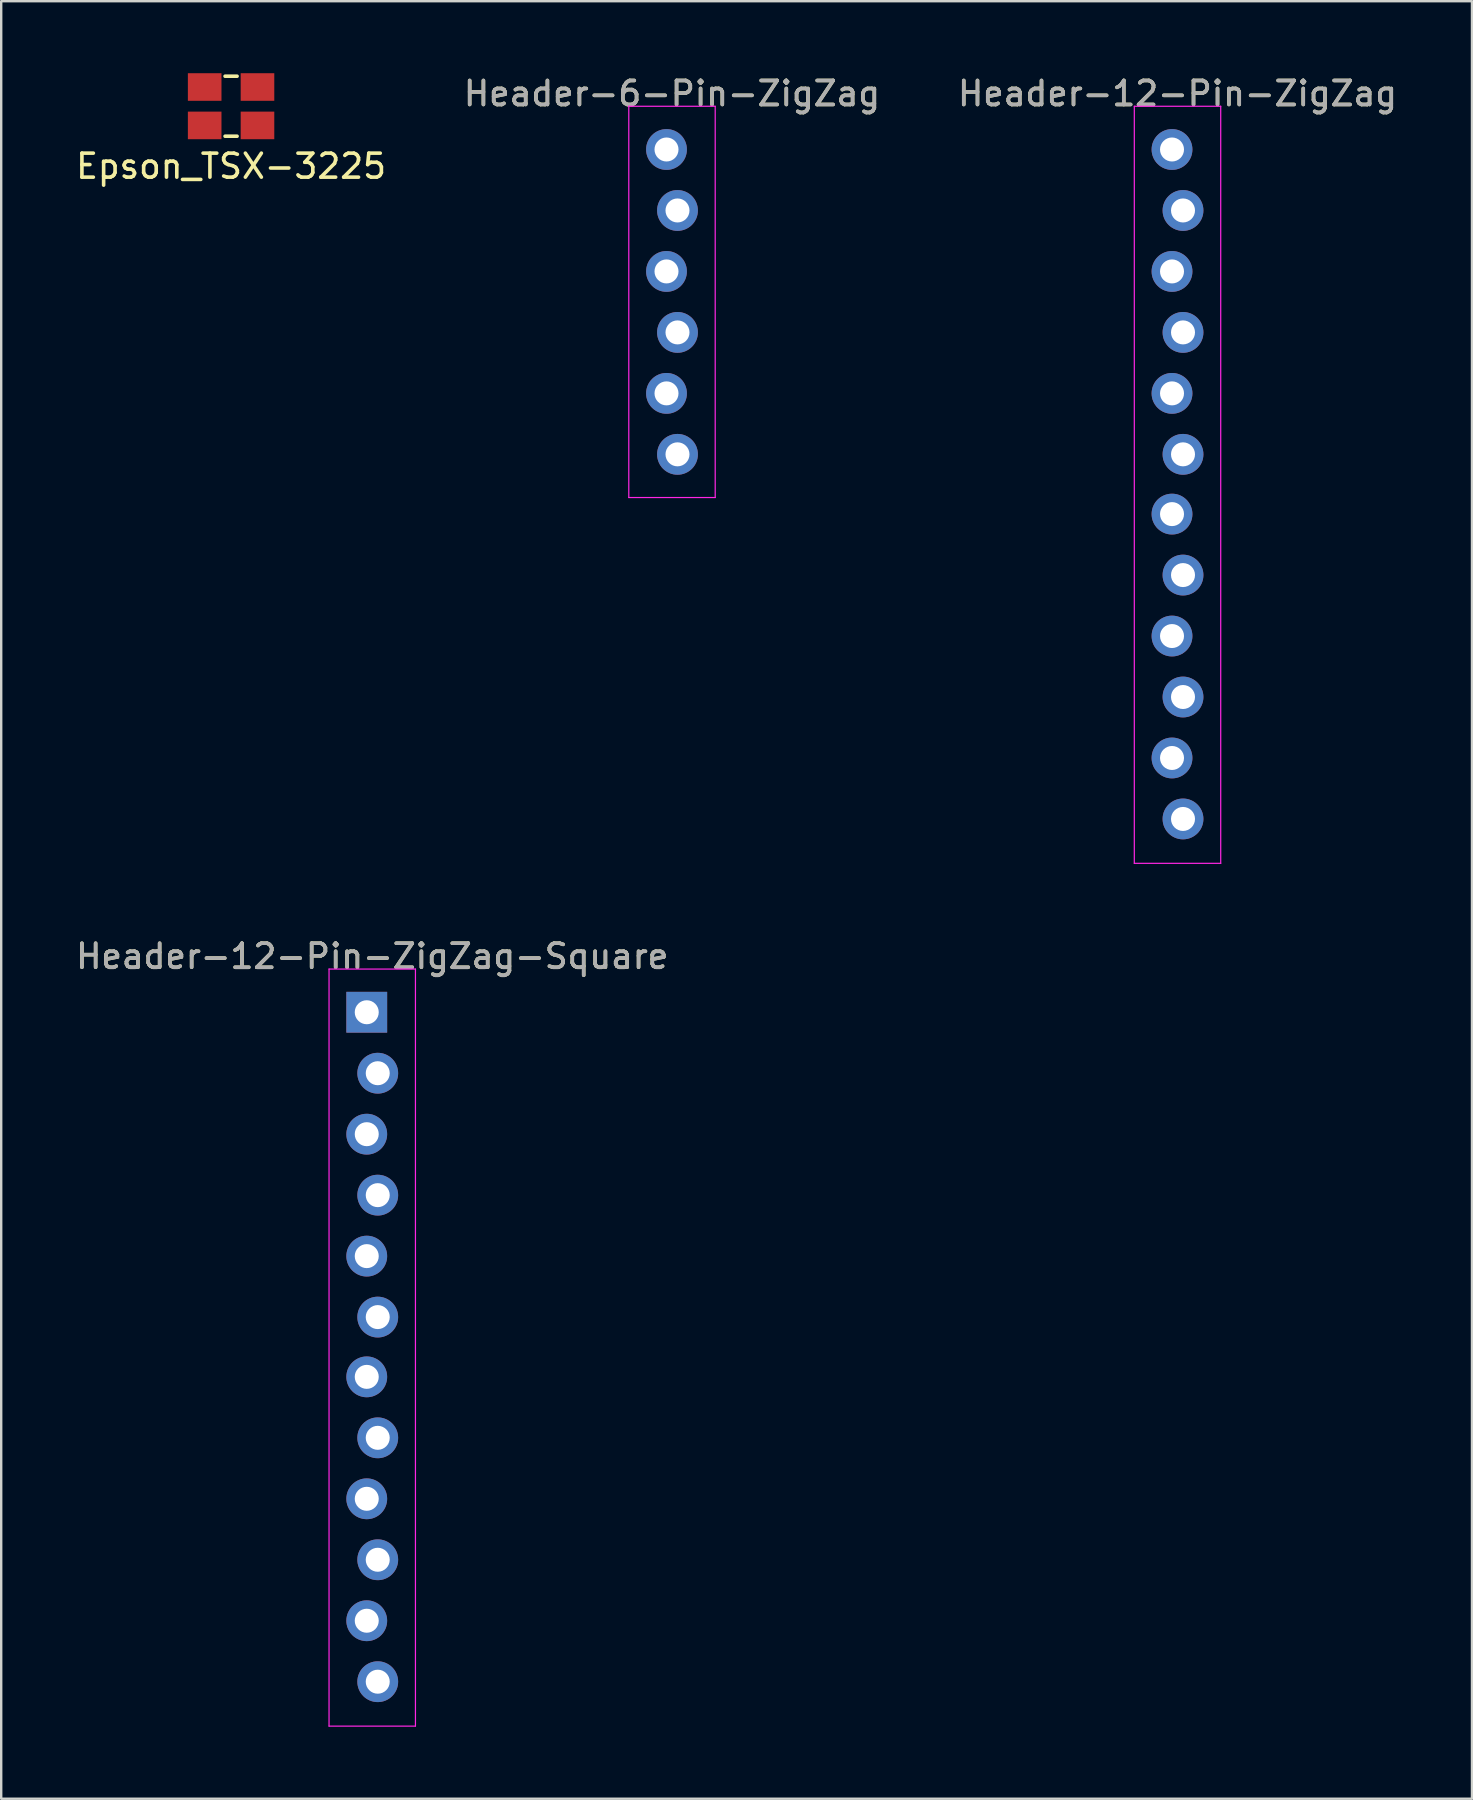
<source format=kicad_pcb>
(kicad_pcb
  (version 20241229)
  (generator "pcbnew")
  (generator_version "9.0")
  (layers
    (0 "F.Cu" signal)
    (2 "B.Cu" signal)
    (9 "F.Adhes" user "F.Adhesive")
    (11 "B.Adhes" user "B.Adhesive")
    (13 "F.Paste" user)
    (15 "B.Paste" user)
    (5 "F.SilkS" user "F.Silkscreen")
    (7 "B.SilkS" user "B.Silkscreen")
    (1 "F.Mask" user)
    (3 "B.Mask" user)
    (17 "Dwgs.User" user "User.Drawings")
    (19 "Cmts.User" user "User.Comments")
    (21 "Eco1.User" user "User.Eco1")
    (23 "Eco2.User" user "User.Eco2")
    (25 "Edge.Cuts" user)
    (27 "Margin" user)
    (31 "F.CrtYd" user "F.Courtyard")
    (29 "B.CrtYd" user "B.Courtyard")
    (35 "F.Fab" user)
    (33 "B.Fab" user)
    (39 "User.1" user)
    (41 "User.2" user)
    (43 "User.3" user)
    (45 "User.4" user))
  (footprint "Header-12-Pin-ZigZag-Square"
    (layer "F.Cu")
    (at 12.458 39.121)
    (property "Reference" "Header-12-Pin-ZigZag-Square" (at 0 -2.33 0) (layer "F.SilkS") (effects (font (size 1 1) (thickness 0.15))))
    (attr through_hole)
    (fp_line (start -1.8 -1.8) (end -1.8 29.74) (stroke (width 0.05) (type solid)) (layer "F.CrtYd"))
    (fp_line (start 1.8 -1.8) (end -1.8 -1.8) (stroke (width 0.05) (type solid)) (layer "F.CrtYd"))
    (fp_line (start 1.8 -1.8) (end 1.8 29.74) (stroke (width 0.05) (type solid)) (layer "F.CrtYd"))
    (fp_line (start 1.8 29.74) (end -1.8 29.74) (stroke (width 0.05) (type solid)) (layer "F.CrtYd"))
    (fp_text user "${REFERENCE}" (at 0 -2.33 0) (layer "F.Fab") (effects (font (size 1 1) (thickness 0.15))))
    (pad "1" thru_hole rect (at -0.229 0) (size 1.7 1.7) (drill 1) (layers "*.Cu" "*.Mask"))
    (pad "2" thru_hole oval (at 0.229 2.54) (size 1.7 1.7) (drill 1) (layers "*.Cu" "*.Mask"))
    (pad "3" thru_hole oval (at -0.229 5.08) (size 1.7 1.7) (drill 1) (layers "*.Cu" "*.Mask"))
    (pad "4" thru_hole oval (at 0.229 7.62) (size 1.7 1.7) (drill 1) (layers "*.Cu" "*.Mask"))
    (pad "5" thru_hole oval (at -0.229 10.16) (size 1.7 1.7) (drill 1) (layers "*.Cu" "*.Mask"))
    (pad "6" thru_hole oval (at 0.229 12.7) (size 1.7 1.7) (drill 1) (layers "*.Cu" "*.Mask"))
    (pad "7" thru_hole circle (at -0.229 15.19) (size 1.7 1.7) (drill 1) (layers "*.Cu" "*.Mask"))
    (pad "8" thru_hole oval (at 0.229 17.73) (size 1.7 1.7) (drill 1) (layers "*.Cu" "*.Mask"))
    (pad "9" thru_hole oval (at -0.229 20.27) (size 1.7 1.7) (drill 1) (layers "*.Cu" "*.Mask"))
    (pad "10" thru_hole oval (at 0.229 22.81) (size 1.7 1.7) (drill 1) (layers "*.Cu" "*.Mask"))
    (pad "11" thru_hole oval (at -0.229 25.35) (size 1.7 1.7) (drill 1) (layers "*.Cu" "*.Mask"))
    (pad "12" thru_hole oval (at 0.229 27.89) (size 1.7 1.7) (drill 1) (layers "*.Cu" "*.Mask")))
  (footprint "Epson_TSX-3225"
    (layer "F.Cu")
    (at 6.577 1.375)
    (property "Reference" "Epson_TSX-3225" (at 0 2.5 0) (layer "F.SilkS") (effects (font (size 1 1) (thickness 0.15))))
    (attr through_hole)
    (fp_line (start -0.25 -1.25) (end 0.25 -1.25) (stroke (width 0.15) (type solid)) (layer "F.SilkS"))
    (fp_line (start -0.25 1.25) (end 0.25 1.25) (stroke (width 0.15) (type solid)) (layer "F.SilkS"))
    (pad "1" smd rect (at -1.1 -0.8) (size 1.4 1.15) (layers "F.Cu" "F.Mask" "F.Paste"))
    (pad "2" smd rect (at 1.1 -0.8) (size 1.4 1.15) (layers "F.Cu" "F.Mask" "F.Paste"))
    (pad "3" smd rect (at 1.1 0.8) (size 1.4 1.15) (layers "F.Cu" "F.Mask" "F.Paste"))
    (pad "4" smd rect (at -1.1 0.8) (size 1.4 1.15) (layers "F.Cu" "F.Mask" "F.Paste")))
  (footprint "Header-6-Pin-ZigZag"
    (layer "F.Cu")
    (at 24.946 3.178)
    (property "Reference" "Header-6-Pin-ZigZag" (at 0 -2.33 0) (layer "F.SilkS") (effects (font (size 1 1) (thickness 0.15))))
    (attr through_hole)
    (fp_line (start -1.8 -1.8) (end -1.8 14.5) (stroke (width 0.05) (type solid)) (layer "F.CrtYd"))
    (fp_line (start 1.8 -1.8) (end -1.8 -1.8) (stroke (width 0.05) (type solid)) (layer "F.CrtYd"))
    (fp_line (start 1.8 -1.8) (end 1.8 14.5) (stroke (width 0.05) (type solid)) (layer "F.CrtYd"))
    (fp_line (start 1.8 14.5) (end -1.8 14.5) (stroke (width 0.05) (type solid)) (layer "F.CrtYd"))
    (fp_text user "${REFERENCE}" (at 0 -2.33 0) (layer "F.Fab") (effects (font (size 1 1) (thickness 0.15))))
    (pad "1" thru_hole circle (at -0.229 0) (size 1.7 1.7) (drill 1) (layers "*.Cu" "*.Mask"))
    (pad "2" thru_hole oval (at 0.229 2.54) (size 1.7 1.7) (drill 1) (layers "*.Cu" "*.Mask"))
    (pad "3" thru_hole oval (at -0.229 5.08) (size 1.7 1.7) (drill 1) (layers "*.Cu" "*.Mask"))
    (pad "4" thru_hole oval (at 0.229 7.62) (size 1.7 1.7) (drill 1) (layers "*.Cu" "*.Mask"))
    (pad "5" thru_hole oval (at -0.229 10.16) (size 1.7 1.7) (drill 1) (layers "*.Cu" "*.Mask"))
    (pad "6" thru_hole oval (at 0.229 12.7) (size 1.7 1.7) (drill 1) (layers "*.Cu" "*.Mask")))
  (footprint "Header-12-Pin-ZigZag"
    (layer "F.Cu")
    (at 46.006 3.178)
    (property "Reference" "Header-12-Pin-ZigZag" (at 0 -2.33 0) (layer "F.SilkS") (effects (font (size 1 1) (thickness 0.15))))
    (attr through_hole)
    (fp_line (start -1.8 -1.8) (end -1.8 29.74) (stroke (width 0.05) (type solid)) (layer "F.CrtYd"))
    (fp_line (start 1.8 -1.8) (end -1.8 -1.8) (stroke (width 0.05) (type solid)) (layer "F.CrtYd"))
    (fp_line (start 1.8 -1.8) (end 1.8 29.74) (stroke (width 0.05) (type solid)) (layer "F.CrtYd"))
    (fp_line (start 1.8 29.74) (end -1.8 29.74) (stroke (width 0.05) (type solid)) (layer "F.CrtYd"))
    (fp_text user "${REFERENCE}" (at 0 -2.33 0) (layer "F.Fab") (effects (font (size 1 1) (thickness 0.15))))
    (pad "1" thru_hole circle (at -0.229 0) (size 1.7 1.7) (drill 1) (layers "*.Cu" "*.Mask"))
    (pad "2" thru_hole oval (at 0.229 2.54) (size 1.7 1.7) (drill 1) (layers "*.Cu" "*.Mask"))
    (pad "3" thru_hole oval (at -0.229 5.08) (size 1.7 1.7) (drill 1) (layers "*.Cu" "*.Mask"))
    (pad "4" thru_hole oval (at 0.229 7.62) (size 1.7 1.7) (drill 1) (layers "*.Cu" "*.Mask"))
    (pad "5" thru_hole oval (at -0.229 10.16) (size 1.7 1.7) (drill 1) (layers "*.Cu" "*.Mask"))
    (pad "6" thru_hole oval (at 0.229 12.7) (size 1.7 1.7) (drill 1) (layers "*.Cu" "*.Mask"))
    (pad "7" thru_hole circle (at -0.229 15.19) (size 1.7 1.7) (drill 1) (layers "*.Cu" "*.Mask"))
    (pad "8" thru_hole oval (at 0.229 17.73) (size 1.7 1.7) (drill 1) (layers "*.Cu" "*.Mask"))
    (pad "9" thru_hole oval (at -0.229 20.27) (size 1.7 1.7) (drill 1) (layers "*.Cu" "*.Mask"))
    (pad "10" thru_hole oval (at 0.229 22.81) (size 1.7 1.7) (drill 1) (layers "*.Cu" "*.Mask"))
    (pad "11" thru_hole oval (at -0.229 25.35) (size 1.7 1.7) (drill 1) (layers "*.Cu" "*.Mask"))
    (pad "12" thru_hole oval (at 0.229 27.89) (size 1.7 1.7) (drill 1) (layers "*.Cu" "*.Mask")))
  (gr_rect
    (start -3 -3)
    (end 58.274 71.886)
    (stroke (width 0.1) (type default))
    (fill no)
    (layer "Edge.Cuts")))
</source>
